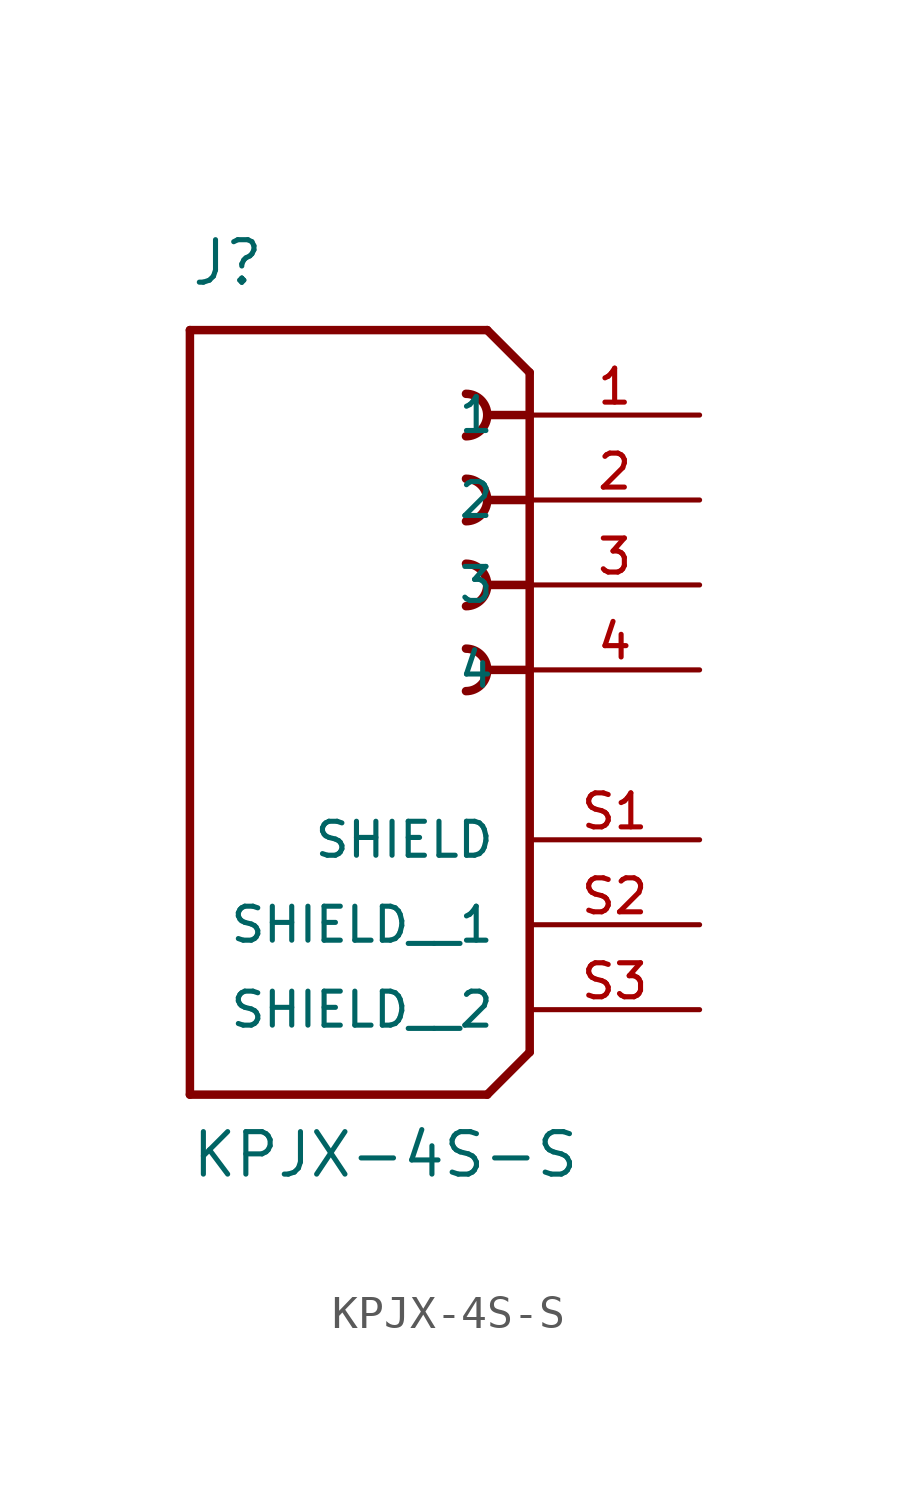
<source format=kicad_sym>
(kicad_symbol_lib
  (version 20211014)
  (generator kicad_symbol_editor)
  (symbol "KPJX-4S-S"
    (pin_names
      (offset 1.016))
    (property "Reference" "J"
      (at -5.08 8.89 0)
      (effects (font (size 1.27 1.27)) (justify bottom left)))
    (property "Value" "KPJX-4S-S"
      (at -5.08 -17.78 0)
      (effects (font (size 1.27 1.27)) (justify bottom left)))
    (symbol "KPJX-4S-S_0_0"
      (polyline (pts (xy 5.08 6.35) (xy 3.81 7.62)) (stroke (width 0.254)))
      (polyline (pts (xy 5.08 6.35) (xy 5.08 5.08)) (stroke (width 0.254)))
      (polyline (pts (xy 5.08 5.08) (xy 5.08 -13.97)) (stroke (width 0.254)))
      (polyline (pts (xy 5.08 -13.97) (xy 3.81 -15.24)) (stroke (width 0.254)))
      (polyline (pts (xy 3.81 -15.24) (xy -5.08 -15.24)) (stroke (width 0.254)))
      (polyline (pts (xy -5.08 -15.24) (xy -5.08 7.62)) (stroke (width 0.254)))
      (polyline (pts (xy -5.08 7.62) (xy 3.81 7.62)) (stroke (width 0.254)))
      (polyline (pts (xy 5.08 5.08) (xy 3.81 5.08)) (stroke (width 0.254)))
      (arc (start 3.175 4.445) (mid 3.81 5.08) (end 3.175 5.715) (stroke (width 0.254) (type default) (color 0 0 0 0)) (fill (type none)))
      (polyline (pts (xy 5.08 2.54) (xy 3.81 2.54)) (stroke (width 0.254)))
      (arc (start 3.175 1.905) (mid 3.81 2.54) (end 3.175 3.175) (stroke (width 0.254) (type default) (color 0 0 0 0)) (fill (type none)))
      (polyline (pts (xy 5.08 0.0) (xy 3.81 0.0)) (stroke (width 0.254)))
      (arc (start 3.175 -0.635) (mid 3.81 0.0) (end 3.175 0.635) (stroke (width 0.254) (type default) (color 0 0 0 0)) (fill (type none)))
      (polyline (pts (xy 5.08 -2.54) (xy 3.81 -2.54)) (stroke (width 0.254)))
      (arc (start 3.175 -3.175) (mid 3.81 -2.54) (end 3.175 -1.905) (stroke (width 0.254) (type default) (color 0 0 0 0)) (fill (type none)))
      (pin passive line (at 10.16 5.08 180.0) (length 5.08) (name "1" (effects (font (size 1.016 1.016)))) (number "1" (effects (font (size 1.016 1.016)))))
      (pin passive line (at 10.16 2.54 180.0) (length 5.08) (name "2" (effects (font (size 1.016 1.016)))) (number "2" (effects (font (size 1.016 1.016)))))
      (pin passive line (at 10.16 0.0 180.0) (length 5.08) (name "3" (effects (font (size 1.016 1.016)))) (number "3" (effects (font (size 1.016 1.016)))))
      (pin passive line (at 10.16 -2.54 180.0) (length 5.08) (name "4" (effects (font (size 1.016 1.016)))) (number "4" (effects (font (size 1.016 1.016)))))
      (pin passive line (at 10.16 -7.62 180.0) (length 5.08) (name "SHIELD" (effects (font (size 1.016 1.016)))) (number "S1" (effects (font (size 1.016 1.016)))))
      (pin passive line (at 10.16 -10.16 180.0) (length 5.08) (name "SHIELD__1" (effects (font (size 1.016 1.016)))) (number "S2" (effects (font (size 1.016 1.016)))))
      (pin passive line (at 10.16 -12.7 180.0) (length 5.08) (name "SHIELD__2" (effects (font (size 1.016 1.016)))) (number "S3" (effects (font (size 1.016 1.016))))))))
</source>
